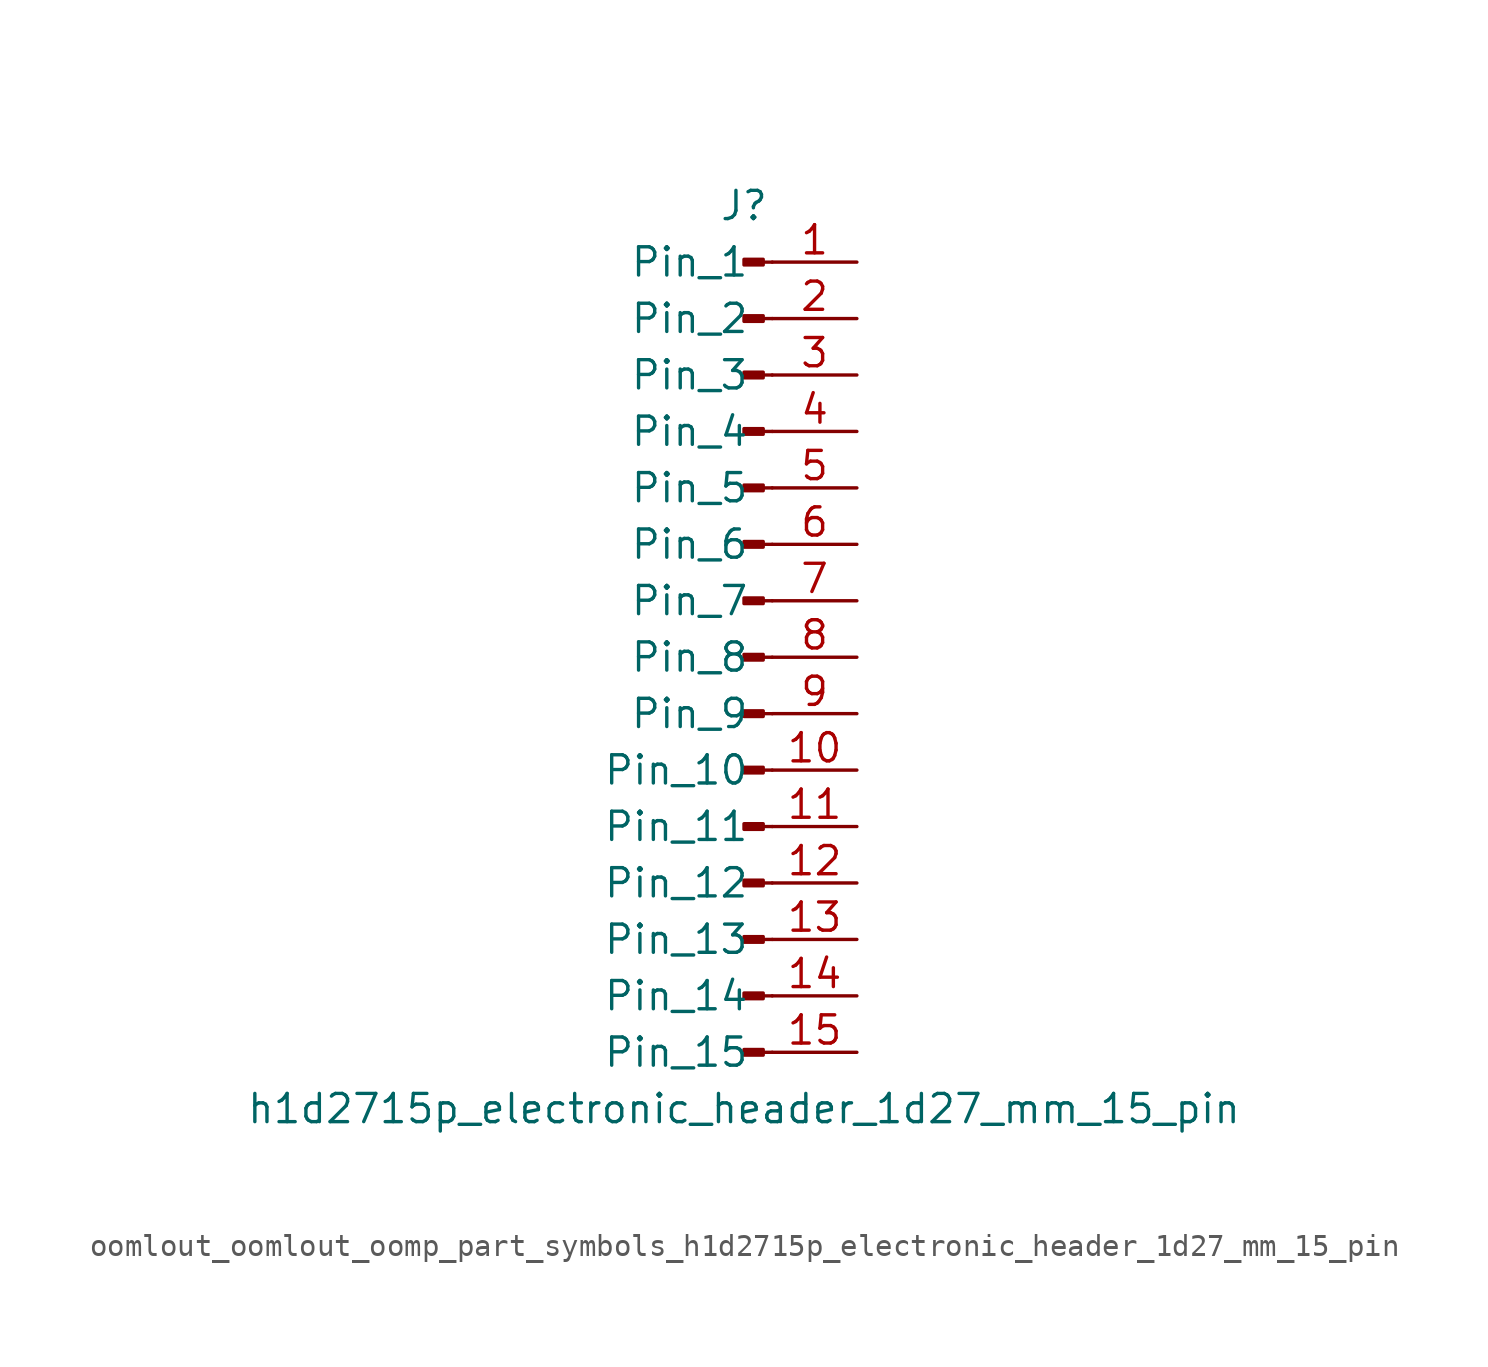
<source format=kicad_sym>
(kicad_symbol_lib
  (version 20220914)
  (generator kicad_symbol_editor)
  (symbol "oomlout_oomlout_oomp_part_symbols_h1d2715p_electronic_header_1d27_mm_15_pin"
    (pin_names
      (offset 1.016))
    (property "Reference" "J"
      (at 0 20.32 0)
      (effects (font (size 1.27 1.27))))
    (property "Value" "h1d2715p_electronic_header_1d27_mm_15_pin"
      (at 0 -20.32 0)
      (effects (font (size 1.27 1.27))))
    (property "ki_locked" ""
      (at 0 0 0)
      (effects (font (size 1.27 1.27))))
    (symbol "oomlout_oomlout_oomp_part_symbols_h1d2715p_electronic_header_1d27_mm_15_pin_1_1"
      (polyline (pts (xy 1.27 -17.78) (xy 0.864 -17.78)) (stroke (width 0.152) (type default)) (fill (type none)))
      (polyline (pts (xy 1.27 -15.24) (xy 0.864 -15.24)) (stroke (width 0.152) (type default)) (fill (type none)))
      (polyline (pts (xy 1.27 -12.7) (xy 0.864 -12.7)) (stroke (width 0.152) (type default)) (fill (type none)))
      (polyline (pts (xy 1.27 -10.16) (xy 0.864 -10.16)) (stroke (width 0.152) (type default)) (fill (type none)))
      (polyline (pts (xy 1.27 -7.62) (xy 0.864 -7.62)) (stroke (width 0.152) (type default)) (fill (type none)))
      (polyline (pts (xy 1.27 -5.08) (xy 0.864 -5.08)) (stroke (width 0.152) (type default)) (fill (type none)))
      (polyline (pts (xy 1.27 -2.54) (xy 0.864 -2.54)) (stroke (width 0.152) (type default)) (fill (type none)))
      (polyline (pts (xy 1.27 0) (xy 0.864 0)) (stroke (width 0.152) (type default)) (fill (type none)))
      (polyline (pts (xy 1.27 2.54) (xy 0.864 2.54)) (stroke (width 0.152) (type default)) (fill (type none)))
      (polyline (pts (xy 1.27 5.08) (xy 0.864 5.08)) (stroke (width 0.152) (type default)) (fill (type none)))
      (polyline (pts (xy 1.27 7.62) (xy 0.864 7.62)) (stroke (width 0.152) (type default)) (fill (type none)))
      (polyline (pts (xy 1.27 10.16) (xy 0.864 10.16)) (stroke (width 0.152) (type default)) (fill (type none)))
      (polyline (pts (xy 1.27 12.7) (xy 0.864 12.7)) (stroke (width 0.152) (type default)) (fill (type none)))
      (polyline (pts (xy 1.27 15.24) (xy 0.864 15.24)) (stroke (width 0.152) (type default)) (fill (type none)))
      (polyline (pts (xy 1.27 17.78) (xy 0.864 17.78)) (stroke (width 0.152) (type default)) (fill (type none)))
      (rectangle (start 0.864 -17.653) (end 0 -17.907) (stroke (width 0.152) (type default)) (fill (type outline)))
      (rectangle (start 0.864 -15.113) (end 0 -15.367) (stroke (width 0.152) (type default)) (fill (type outline)))
      (rectangle (start 0.864 -12.573) (end 0 -12.827) (stroke (width 0.152) (type default)) (fill (type outline)))
      (rectangle (start 0.864 -10.033) (end 0 -10.287) (stroke (width 0.152) (type default)) (fill (type outline)))
      (rectangle (start 0.864 -7.493) (end 0 -7.747) (stroke (width 0.152) (type default)) (fill (type outline)))
      (rectangle (start 0.864 -4.953) (end 0 -5.207) (stroke (width 0.152) (type default)) (fill (type outline)))
      (rectangle (start 0.864 -2.413) (end 0 -2.667) (stroke (width 0.152) (type default)) (fill (type outline)))
      (rectangle (start 0.864 0.127) (end 0 -0.127) (stroke (width 0.152) (type default)) (fill (type outline)))
      (rectangle (start 0.864 2.667) (end 0 2.413) (stroke (width 0.152) (type default)) (fill (type outline)))
      (rectangle (start 0.864 5.207) (end 0 4.953) (stroke (width 0.152) (type default)) (fill (type outline)))
      (rectangle (start 0.864 7.747) (end 0 7.493) (stroke (width 0.152) (type default)) (fill (type outline)))
      (rectangle (start 0.864 10.287) (end 0 10.033) (stroke (width 0.152) (type default)) (fill (type outline)))
      (rectangle (start 0.864 12.827) (end 0 12.573) (stroke (width 0.152) (type default)) (fill (type outline)))
      (rectangle (start 0.864 15.367) (end 0 15.113) (stroke (width 0.152) (type default)) (fill (type outline)))
      (rectangle (start 0.864 17.907) (end 0 17.653) (stroke (width 0.152) (type default)) (fill (type outline)))
      (pin passive line (at 5.08 17.78 180) (length 3.81) (name "Pin_1" (effects (font (size 1.27 1.27)))) (number "1" (effects (font (size 1.27 1.27)))))
      (pin passive line (at 5.08 -5.08 180) (length 3.81) (name "Pin_10" (effects (font (size 1.27 1.27)))) (number "10" (effects (font (size 1.27 1.27)))))
      (pin passive line (at 5.08 -7.62 180) (length 3.81) (name "Pin_11" (effects (font (size 1.27 1.27)))) (number "11" (effects (font (size 1.27 1.27)))))
      (pin passive line (at 5.08 -10.16 180) (length 3.81) (name "Pin_12" (effects (font (size 1.27 1.27)))) (number "12" (effects (font (size 1.27 1.27)))))
      (pin passive line (at 5.08 -12.7 180) (length 3.81) (name "Pin_13" (effects (font (size 1.27 1.27)))) (number "13" (effects (font (size 1.27 1.27)))))
      (pin passive line (at 5.08 -15.24 180) (length 3.81) (name "Pin_14" (effects (font (size 1.27 1.27)))) (number "14" (effects (font (size 1.27 1.27)))))
      (pin passive line (at 5.08 -17.78 180) (length 3.81) (name "Pin_15" (effects (font (size 1.27 1.27)))) (number "15" (effects (font (size 1.27 1.27)))))
      (pin passive line (at 5.08 15.24 180) (length 3.81) (name "Pin_2" (effects (font (size 1.27 1.27)))) (number "2" (effects (font (size 1.27 1.27)))))
      (pin passive line (at 5.08 12.7 180) (length 3.81) (name "Pin_3" (effects (font (size 1.27 1.27)))) (number "3" (effects (font (size 1.27 1.27)))))
      (pin passive line (at 5.08 10.16 180) (length 3.81) (name "Pin_4" (effects (font (size 1.27 1.27)))) (number "4" (effects (font (size 1.27 1.27)))))
      (pin passive line (at 5.08 7.62 180) (length 3.81) (name "Pin_5" (effects (font (size 1.27 1.27)))) (number "5" (effects (font (size 1.27 1.27)))))
      (pin passive line (at 5.08 5.08 180) (length 3.81) (name "Pin_6" (effects (font (size 1.27 1.27)))) (number "6" (effects (font (size 1.27 1.27)))))
      (pin passive line (at 5.08 2.54 180) (length 3.81) (name "Pin_7" (effects (font (size 1.27 1.27)))) (number "7" (effects (font (size 1.27 1.27)))))
      (pin passive line (at 5.08 0 180) (length 3.81) (name "Pin_8" (effects (font (size 1.27 1.27)))) (number "8" (effects (font (size 1.27 1.27)))))
      (pin passive line (at 5.08 -2.54 180) (length 3.81) (name "Pin_9" (effects (font (size 1.27 1.27)))) (number "9" (effects (font (size 1.27 1.27))))))))
</source>
